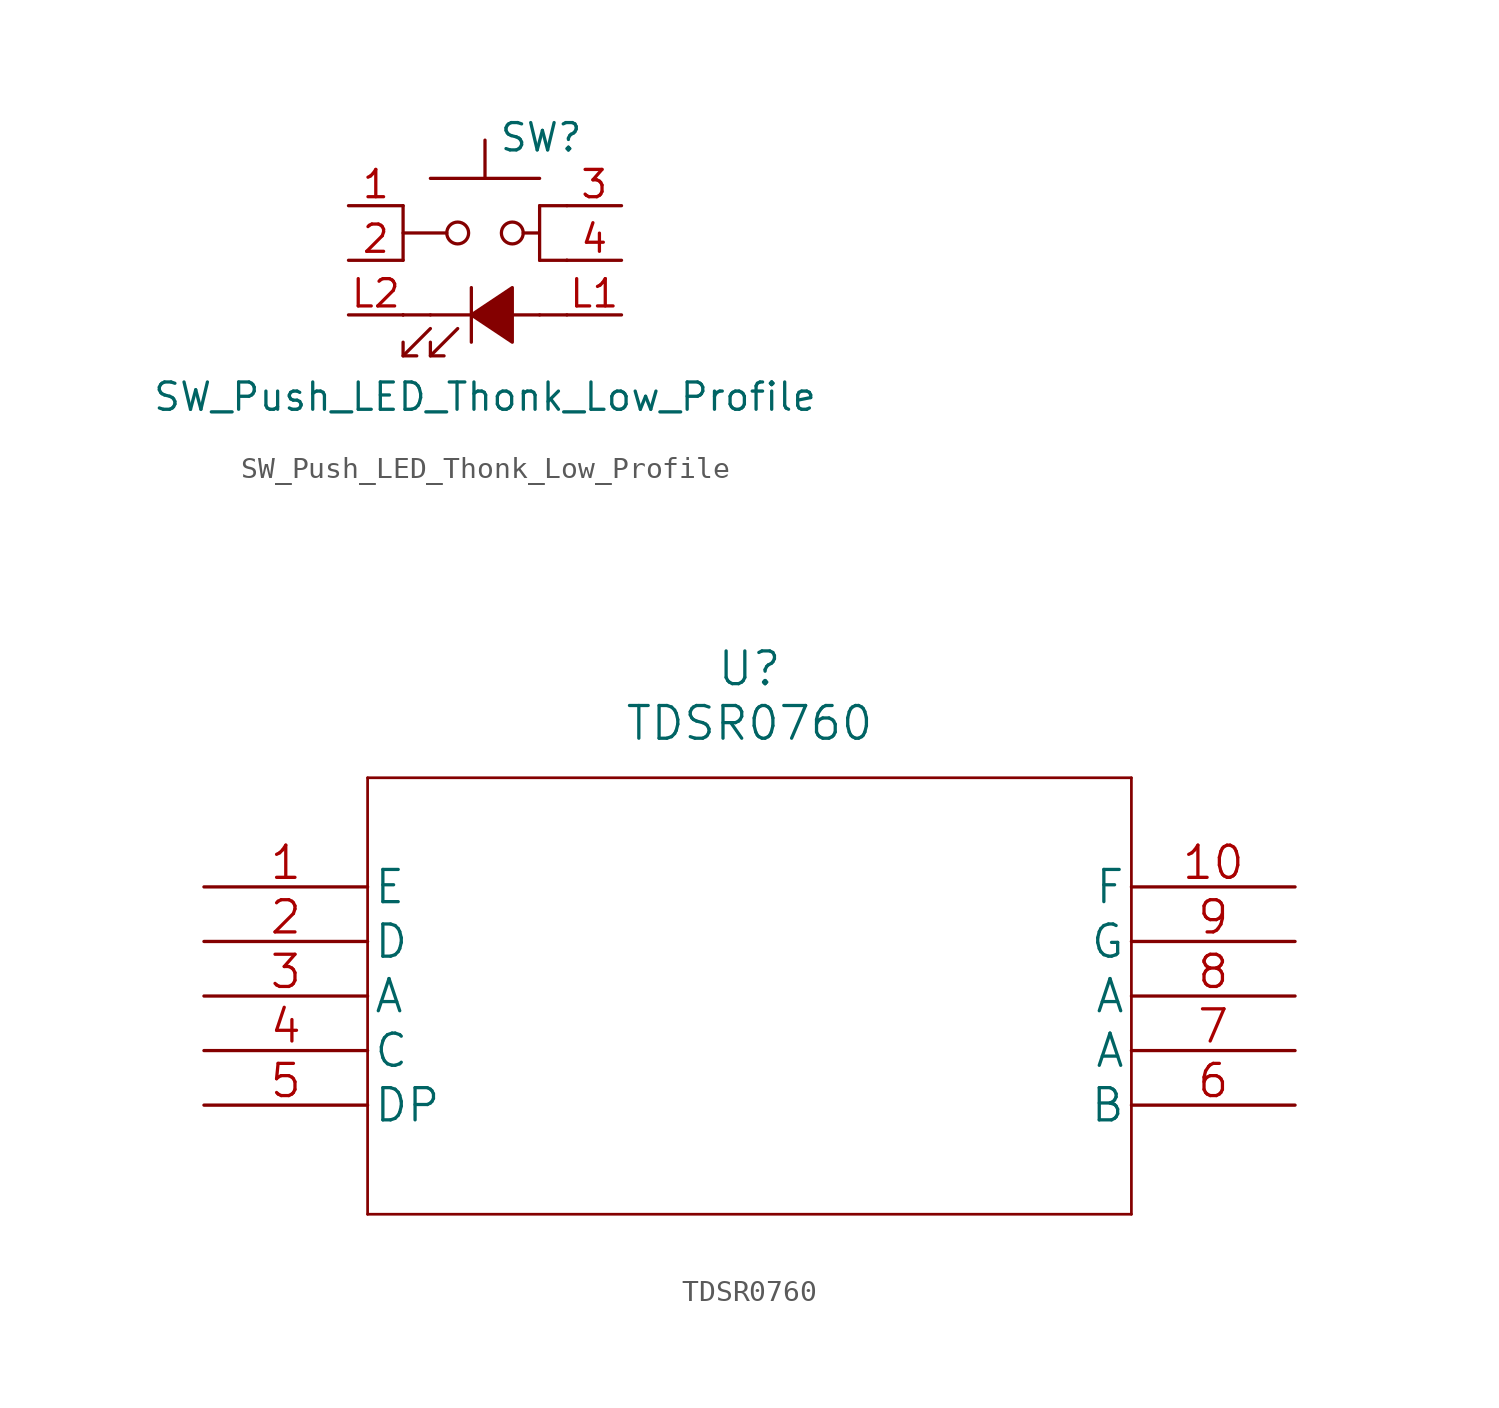
<source format=kicad_sym>
(kicad_symbol_lib
  (version 20211014)
  (generator kicad_symbol_editor)
  (symbol "SW_Push_LED_Thonk_Low_Profile"
    (pin_names
      (offset 1.016) hide)
    (property "Reference" "SW"
      (at 0.635 5.715 0)
      (effects (font (size 1.27 1.27)) (justify left)))
    (property "Value" "SW_Push_LED_Thonk_Low_Profile"
      (at 0 -6.35 0)
      (effects (font (size 1.27 1.27))))
    (symbol "SW_Push_LED_Thonk_Low_Profile_0_0"
      (polyline (pts (xy -3.81 -4.445) (xy -2.54 -3.175)) (stroke (width 0) (type default) (color 0 0 0 0)) (fill (type none)))
      (polyline (pts (xy -2.54 -4.445) (xy -1.27 -3.175)) (stroke (width 0) (type default) (color 0 0 0 0)) (fill (type none)))
      (polyline (pts (xy -2.54 -2.54) (xy 2.54 -2.54)) (stroke (width 0) (type default) (color 0 0 0 0)) (fill (type none)))
      (polyline (pts (xy -0.635 -1.27) (xy -0.635 -3.81)) (stroke (width 0) (type default) (color 0 0 0 0)) (fill (type none)))
      (polyline (pts (xy -3.81 -3.81) (xy -3.81 -4.445) (xy -3.175 -4.445)) (stroke (width 0) (type default) (color 0 0 0 0)) (fill (type none)))
      (polyline (pts (xy -2.54 -3.81) (xy -2.54 -4.445) (xy -1.905 -4.445)) (stroke (width 0) (type default) (color 0 0 0 0)) (fill (type none)))
      (polyline (pts (xy -0.635 -2.54) (xy 1.27 -1.27) (xy 1.27 -3.81) (xy -0.635 -2.54)) (stroke (width 0) (type default) (color 0 0 0 0)) (fill (type outline))))
    (symbol "SW_Push_LED_Thonk_Low_Profile_0_1"
      (circle (center -1.27 1.27) (radius 0.508) (stroke (width 0) (type default) (color 0 0 0 0)) (fill (type none)))
      (polyline (pts (xy -3.81 -2.54) (xy -3.81 -2.54)) (stroke (width 0) (type default) (color 0 0 0 0)) (fill (type none)))
      (polyline (pts (xy -3.81 1.27) (xy -1.778 1.27)) (stroke (width 0) (type default) (color 0 0 0 0)) (fill (type none)))
      (polyline (pts (xy -3.81 2.54) (xy -3.81 0)) (stroke (width 0) (type default) (color 0 0 0 0)) (fill (type none)))
      (polyline (pts (xy -2.54 -2.54) (xy -3.81 -2.54)) (stroke (width 0) (type default) (color 0 0 0 0)) (fill (type none)))
      (polyline (pts (xy 0 3.81) (xy 0 5.588)) (stroke (width 0) (type default) (color 0 0 0 0)) (fill (type none)))
      (polyline (pts (xy 2.54 -2.54) (xy 3.81 -2.54)) (stroke (width 0) (type default) (color 0 0 0 0)) (fill (type none)))
      (polyline (pts (xy 2.54 0) (xy 3.81 0)) (stroke (width 0) (type default) (color 0 0 0 0)) (fill (type none)))
      (polyline (pts (xy 2.54 3.81) (xy -2.54 3.81)) (stroke (width 0) (type default) (color 0 0 0 0)) (fill (type none)))
      (polyline (pts (xy 3.81 0) (xy 3.81 0)) (stroke (width 0) (type default) (color 0 0 0 0)) (fill (type none)))
      (polyline (pts (xy 3.81 2.54) (xy 2.54 2.54)) (stroke (width 0) (type default) (color 0 0 0 0)) (fill (type none)))
      (polyline (pts (xy 2.54 2.54) (xy 2.54 0) (xy 2.54 1.27) (xy 1.778 1.27)) (stroke (width 0) (type default) (color 0 0 0 0)) (fill (type none)))
      (circle (center 1.27 1.27) (radius 0.508) (stroke (width 0) (type default) (color 0 0 0 0)) (fill (type none)))
      (pin passive line (at -6.35 2.54 0) (length 2.54) (name "1" (effects (font (size 1.27 1.27)))) (number "1" (effects (font (size 1.27 1.27)))))
      (pin passive line (at -6.35 0 0) (length 2.54) (name "2" (effects (font (size 1.27 1.27)))) (number "2" (effects (font (size 1.27 1.27)))))
      (pin passive line (at 6.35 2.54 180) (length 2.54) (name "3" (effects (font (size 1.27 1.27)))) (number "3" (effects (font (size 1.27 1.27)))))
      (pin passive line (at 6.35 0 180) (length 2.54) (name "4" (effects (font (size 1.27 1.27)))) (number "4" (effects (font (size 1.27 1.27)))))
      (pin passive line (at 6.35 -2.54 180) (length 2.54) (name "L1" (effects (font (size 1.27 1.27)))) (number "L1" (effects (font (size 1.27 1.27)))))
      (pin passive line (at -6.35 -2.54 0) (length 2.54) (name "L2" (effects (font (size 1.27 1.27)))) (number "L2" (effects (font (size 1.27 1.27)))))))
  (symbol "TDSR0760"
    (pin_names
      (offset 0.254))
    (property "Reference" "U"
      (at 25.4 10.16 0)
      (effects (font (size 1.524 1.524))))
    (property "Value" "TDSR0760"
      (at 25.4 7.62 0)
      (effects (font (size 1.524 1.524))))
    (property "Datasheet" ""
      (at 0 0 0)
      (effects (font (size 1.524 1.524))))
    (property "ki_locked" ""
      (at 0 0 0)
      (effects (font (size 1.27 1.27))))
    (symbol "TDSR0760_1_1"
      (polyline (pts (xy 7.62 -15.24) (xy 43.18 -15.24)) (stroke (width 0.127) (type default) (color 0 0 0 0)) (fill (type none)))
      (polyline (pts (xy 7.62 5.08) (xy 7.62 -15.24)) (stroke (width 0.127) (type default) (color 0 0 0 0)) (fill (type none)))
      (polyline (pts (xy 43.18 -15.24) (xy 43.18 5.08)) (stroke (width 0.127) (type default) (color 0 0 0 0)) (fill (type none)))
      (polyline (pts (xy 43.18 5.08) (xy 7.62 5.08)) (stroke (width 0.127) (type default) (color 0 0 0 0)) (fill (type none)))
      (pin unspecified line (at 0 0 0) (length 7.62) (name "E" (effects (font (size 1.499 1.499)))) (number "1" (effects (font (size 1.499 1.499)))))
      (pin unspecified line (at 50.8 0 180) (length 7.62) (name "F" (effects (font (size 1.499 1.499)))) (number "10" (effects (font (size 1.499 1.499)))))
      (pin unspecified line (at 0 -2.54 0) (length 7.62) (name "D" (effects (font (size 1.499 1.499)))) (number "2" (effects (font (size 1.499 1.499)))))
      (pin unspecified line (at 0 -5.08 0) (length 7.62) (name "A" (effects (font (size 1.499 1.499)))) (number "3" (effects (font (size 1.499 1.499)))))
      (pin unspecified line (at 0 -7.62 0) (length 7.62) (name "C" (effects (font (size 1.499 1.499)))) (number "4" (effects (font (size 1.499 1.499)))))
      (pin unspecified line (at 0 -10.16 0) (length 7.62) (name "DP" (effects (font (size 1.499 1.499)))) (number "5" (effects (font (size 1.499 1.499)))))
      (pin unspecified line (at 50.8 -10.16 180) (length 7.62) (name "B" (effects (font (size 1.499 1.499)))) (number "6" (effects (font (size 1.499 1.499)))))
      (pin unspecified line (at 50.8 -7.62 180) (length 7.62) (name "A" (effects (font (size 1.499 1.499)))) (number "7" (effects (font (size 1.499 1.499)))))
      (pin unspecified line (at 50.8 -5.08 180) (length 7.62) (name "A" (effects (font (size 1.499 1.499)))) (number "8" (effects (font (size 1.499 1.499)))))
      (pin unspecified line (at 50.8 -2.54 180) (length 7.62) (name "G" (effects (font (size 1.499 1.499)))) (number "9" (effects (font (size 1.499 1.499))))))))
</source>
